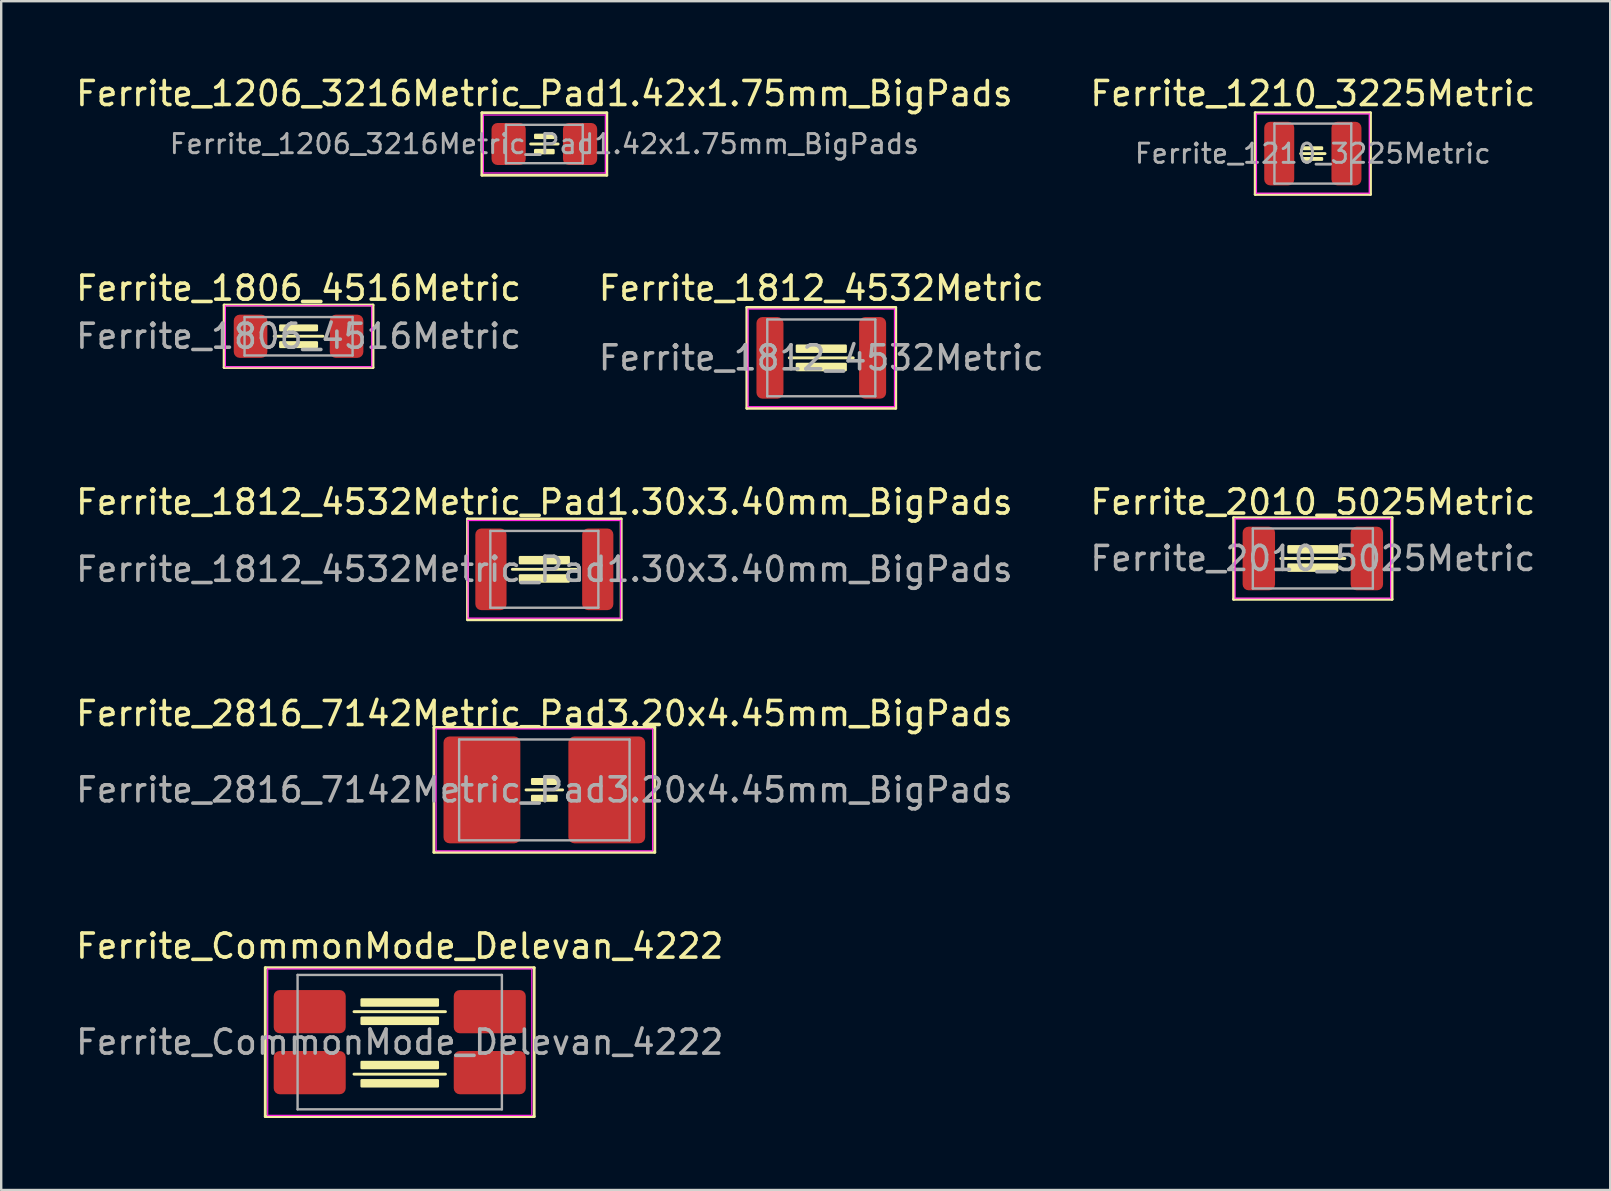
<source format=kicad_pcb>
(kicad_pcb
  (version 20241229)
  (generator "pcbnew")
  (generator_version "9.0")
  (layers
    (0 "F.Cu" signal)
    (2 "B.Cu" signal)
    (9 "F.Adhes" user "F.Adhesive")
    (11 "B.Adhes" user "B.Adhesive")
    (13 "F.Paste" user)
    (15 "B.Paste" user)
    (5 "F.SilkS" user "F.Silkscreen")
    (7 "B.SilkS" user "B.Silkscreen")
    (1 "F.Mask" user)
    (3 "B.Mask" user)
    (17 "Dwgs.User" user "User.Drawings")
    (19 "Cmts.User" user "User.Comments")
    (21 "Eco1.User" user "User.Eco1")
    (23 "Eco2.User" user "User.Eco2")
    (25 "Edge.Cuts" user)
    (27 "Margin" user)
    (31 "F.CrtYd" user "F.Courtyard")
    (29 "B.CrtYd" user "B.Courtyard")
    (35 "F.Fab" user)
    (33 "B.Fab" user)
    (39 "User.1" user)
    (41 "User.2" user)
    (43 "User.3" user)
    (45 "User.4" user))
  (footprint "Ferrite_1210_3225Metric"
    (layer "F.Cu")
    (at 51.637 3.348)
    (property "Reference" "Ferrite_1210_3225Metric" (at 0 -2.5 0) (layer "F.SilkS") (effects (font (size 1 1) (thickness 0.15))))
    (attr smd)
    (fp_line (start -2.4 -1.7) (end -2.4 1.7) (stroke (width 0.12) (type solid)) (layer "F.SilkS"))
    (fp_line (start -2.4 1.7) (end 2.4 1.7) (stroke (width 0.12) (type solid)) (layer "F.SilkS"))
    (fp_line (start -0.508 0) (end 0.508 0) (stroke (width 0.12) (type solid)) (layer "F.SilkS"))
    (fp_line (start 2.4 -1.7) (end -2.4 -1.7) (stroke (width 0.12) (type solid)) (layer "F.SilkS"))
    (fp_line (start 2.4 1.7) (end 2.4 -1.7) (stroke (width 0.12) (type solid)) (layer "F.SilkS"))
    (fp_poly (pts (xy 0.381 -0.191) (xy -0.381 -0.191) (xy -0.381 -0.254) (xy 0.381 -0.254)) (stroke (width 0.1) (type solid)) (fill yes) (layer "F.SilkS"))
    (fp_poly (pts (xy 0.381 0.254) (xy -0.381 0.254) (xy -0.381 0.191) (xy 0.381 0.191)) (stroke (width 0.1) (type solid)) (fill yes) (layer "F.SilkS"))
    (fp_line (start -2.349 -1.651) (end 2.349 -1.651) (stroke (width 0.05) (type solid)) (layer "F.CrtYd"))
    (fp_line (start -2.349 1.651) (end -2.349 -1.651) (stroke (width 0.05) (type solid)) (layer "F.CrtYd"))
    (fp_line (start 2.349 -1.651) (end 2.349 1.651) (stroke (width 0.05) (type solid)) (layer "F.CrtYd"))
    (fp_line (start 2.349 1.651) (end -2.349 1.651) (stroke (width 0.05) (type solid)) (layer "F.CrtYd"))
    (fp_line (start -1.6 -1.25) (end 1.6 -1.25) (stroke (width 0.1) (type solid)) (layer "F.Fab"))
    (fp_line (start -1.6 1.25) (end -1.6 -1.25) (stroke (width 0.1) (type solid)) (layer "F.Fab"))
    (fp_line (start 1.6 -1.25) (end 1.6 1.25) (stroke (width 0.1) (type solid)) (layer "F.Fab"))
    (fp_line (start 1.6 1.25) (end -1.6 1.25) (stroke (width 0.1) (type solid)) (layer "F.Fab"))
    (fp_text user "${REFERENCE}" (at 0 0 0) (layer "F.Fab") (effects (font (size 0.8 0.8) (thickness 0.12))))
    (pad "1" smd roundrect (at -1.4 0) (size 1.25 2.65) (layers "F.Cu" "F.Mask" "F.Paste") (roundrect_rratio 0.2))
    (pad "2" smd roundrect (at 1.4 0) (size 1.25 2.65) (layers "F.Cu" "F.Mask" "F.Paste") (roundrect_rratio 0.2)))
  (footprint "Ferrite_1806_4516Metric"
    (layer "F.Cu")
    (at 9.387 10.957)
    (property "Reference" "Ferrite_1806_4516Metric" (at 0 -2 0) (layer "F.SilkS") (effects (font (size 1 1) (thickness 0.15))))
    (attr smd)
    (fp_line (start -3.1 -1.3) (end -3.1 1.3) (stroke (width 0.12) (type solid)) (layer "F.SilkS"))
    (fp_line (start -3.1 1.3) (end 3.1 1.3) (stroke (width 0.12) (type solid)) (layer "F.SilkS"))
    (fp_line (start -1.016 0) (end 1.016 0) (stroke (width 0.12) (type solid)) (layer "F.SilkS"))
    (fp_line (start 3.1 -1.3) (end -3.1 -1.3) (stroke (width 0.12) (type solid)) (layer "F.SilkS"))
    (fp_line (start 3.1 1.3) (end 3.1 -1.3) (stroke (width 0.12) (type solid)) (layer "F.SilkS"))
    (fp_poly (pts (xy 0.762 -0.254) (xy -0.762 -0.254) (xy -0.762 -0.445) (xy 0.762 -0.445)) (stroke (width 0.1) (type solid)) (fill yes) (layer "F.SilkS"))
    (fp_poly (pts (xy 0.762 0.445) (xy -0.762 0.445) (xy -0.762 0.254) (xy 0.762 0.254)) (stroke (width 0.1) (type solid)) (fill yes) (layer "F.SilkS"))
    (fp_line (start -3.048 -1.27) (end 3.048 -1.27) (stroke (width 0.05) (type solid)) (layer "F.CrtYd"))
    (fp_line (start -3.048 1.27) (end -3.048 -1.27) (stroke (width 0.05) (type solid)) (layer "F.CrtYd"))
    (fp_line (start 3.048 -1.27) (end 3.048 1.27) (stroke (width 0.05) (type solid)) (layer "F.CrtYd"))
    (fp_line (start 3.048 1.27) (end -3.048 1.27) (stroke (width 0.05) (type solid)) (layer "F.CrtYd"))
    (fp_line (start -2.25 -0.8) (end 2.25 -0.8) (stroke (width 0.1) (type solid)) (layer "F.Fab"))
    (fp_line (start -2.25 0.8) (end -2.25 -0.8) (stroke (width 0.1) (type solid)) (layer "F.Fab"))
    (fp_line (start 2.25 -0.8) (end 2.25 0.8) (stroke (width 0.1) (type solid)) (layer "F.Fab"))
    (fp_line (start 2.25 0.8) (end -2.25 0.8) (stroke (width 0.1) (type solid)) (layer "F.Fab"))
    (fp_text user "${REFERENCE}" (at 0 0 0) (layer "F.Fab") (effects (font (size 1 1) (thickness 0.15))))
    (pad "1" smd roundrect (at -2 0) (size 1.4 1.8) (layers "F.Cu" "F.Mask" "F.Paste") (roundrect_rratio 0.179))
    (pad "2" smd roundrect (at 2 0) (size 1.4 1.8) (layers "F.Cu" "F.Mask" "F.Paste") (roundrect_rratio 0.179)))
  (footprint "Ferrite_1812_4532Metric_Pad1.30x3.40mm_BigPads"
    (layer "F.Cu")
    (at 19.625 20.665)
    (property "Reference" "Ferrite_1812_4532Metric_Pad1.30x3.40mm_BigPads" (at 0 -2.8 0) (layer "F.SilkS") (effects (font (size 1 1) (thickness 0.15))))
    (attr smd)
    (fp_line (start -3.2 -2.1) (end -3.2 2.1) (stroke (width 0.12) (type solid)) (layer "F.SilkS"))
    (fp_line (start -3.2 2.1) (end 3.2 2.1) (stroke (width 0.12) (type solid)) (layer "F.SilkS"))
    (fp_line (start -1.333 0) (end 1.333 0) (stroke (width 0.12) (type solid)) (layer "F.SilkS"))
    (fp_line (start 3.2 -2.1) (end -3.2 -2.1) (stroke (width 0.12) (type solid)) (layer "F.SilkS"))
    (fp_line (start 3.2 2.1) (end 3.2 -2.1) (stroke (width 0.12) (type solid)) (layer "F.SilkS"))
    (fp_poly (pts (xy 1.016 -0.254) (xy -1.016 -0.254) (xy -1.016 -0.508) (xy 1.016 -0.508)) (stroke (width 0.1) (type solid)) (fill yes) (layer "F.SilkS"))
    (fp_poly (pts (xy 1.016 0.508) (xy -1.016 0.508) (xy -1.016 0.254) (xy 1.016 0.254)) (stroke (width 0.1) (type solid)) (fill yes) (layer "F.SilkS"))
    (fp_line (start -3.175 -2.032) (end 3.175 -2.032) (stroke (width 0.05) (type solid)) (layer "F.CrtYd"))
    (fp_line (start -3.175 2.032) (end -3.175 -2.032) (stroke (width 0.05) (type solid)) (layer "F.CrtYd"))
    (fp_line (start 3.175 -2.032) (end 3.175 2.032) (stroke (width 0.05) (type solid)) (layer "F.CrtYd"))
    (fp_line (start 3.175 2.032) (end -3.175 2.032) (stroke (width 0.05) (type solid)) (layer "F.CrtYd"))
    (fp_line (start -2.25 -1.6) (end 2.25 -1.6) (stroke (width 0.1) (type solid)) (layer "F.Fab"))
    (fp_line (start -2.25 1.6) (end -2.25 -1.6) (stroke (width 0.1) (type solid)) (layer "F.Fab"))
    (fp_line (start 2.25 -1.6) (end 2.25 1.6) (stroke (width 0.1) (type solid)) (layer "F.Fab"))
    (fp_line (start 2.25 1.6) (end -2.25 1.6) (stroke (width 0.1) (type solid)) (layer "F.Fab"))
    (fp_text user "${REFERENCE}" (at 0 0 0) (layer "F.Fab") (effects (font (size 1 1) (thickness 0.15))))
    (pad "1" smd roundrect (at -2.225 0) (size 1.3 3.4) (layers "F.Cu" "F.Mask" "F.Paste") (roundrect_rratio 0.192))
    (pad "2" smd roundrect (at 2.225 0) (size 1.3 3.4) (layers "F.Cu" "F.Mask" "F.Paste") (roundrect_rratio 0.192)))
  (footprint "Ferrite_2816_7142Metric_Pad3.20x4.45mm_BigPads"
    (layer "F.Cu")
    (at 19.625 29.853)
    (property "Reference" "Ferrite_2816_7142Metric_Pad3.20x4.45mm_BigPads" (at 0 -3.18 0) (layer "F.SilkS") (effects (font (size 1 1) (thickness 0.15))))
    (attr smd)
    (fp_line (start -4.6 -2.6) (end -4.6 2.6) (stroke (width 0.12) (type solid)) (layer "F.SilkS"))
    (fp_line (start -4.6 2.6) (end 4.6 2.6) (stroke (width 0.12) (type solid)) (layer "F.SilkS"))
    (fp_line (start -0.762 0) (end 0.762 0) (stroke (width 0.12) (type solid)) (layer "F.SilkS"))
    (fp_line (start 4.6 -2.6) (end -4.6 -2.6) (stroke (width 0.12) (type solid)) (layer "F.SilkS"))
    (fp_line (start 4.6 2.6) (end 4.6 -2.6) (stroke (width 0.12) (type solid)) (layer "F.SilkS"))
    (fp_poly (pts (xy 0.508 -0.254) (xy -0.508 -0.254) (xy -0.508 -0.445) (xy 0.508 -0.445)) (stroke (width 0.1) (type solid)) (fill yes) (layer "F.SilkS"))
    (fp_poly (pts (xy 0.508 0.445) (xy -0.508 0.445) (xy -0.508 0.254) (xy 0.508 0.254)) (stroke (width 0.1) (type solid)) (fill yes) (layer "F.SilkS"))
    (fp_line (start -4.508 -2.54) (end 4.508 -2.54) (stroke (width 0.05) (type solid)) (layer "F.CrtYd"))
    (fp_line (start -4.508 2.54) (end -4.508 -2.54) (stroke (width 0.05) (type solid)) (layer "F.CrtYd"))
    (fp_line (start 4.508 -2.54) (end 4.508 2.54) (stroke (width 0.05) (type solid)) (layer "F.CrtYd"))
    (fp_line (start 4.508 2.54) (end -4.508 2.54) (stroke (width 0.05) (type solid)) (layer "F.CrtYd"))
    (fp_line (start -3.55 -2.1) (end 3.55 -2.1) (stroke (width 0.1) (type solid)) (layer "F.Fab"))
    (fp_line (start -3.55 2.1) (end -3.55 -2.1) (stroke (width 0.1) (type solid)) (layer "F.Fab"))
    (fp_line (start 3.55 -2.1) (end 3.55 2.1) (stroke (width 0.1) (type solid)) (layer "F.Fab"))
    (fp_line (start 3.55 2.1) (end -3.55 2.1) (stroke (width 0.1) (type solid)) (layer "F.Fab"))
    (fp_text user "${REFERENCE}" (at 0 0 0) (layer "F.Fab") (effects (font (size 1 1) (thickness 0.15))))
    (pad "1" smd roundrect (at -2.6 0) (size 3.2 4.45) (layers "F.Cu" "F.Mask" "F.Paste") (roundrect_rratio 0.078))
    (pad "2" smd roundrect (at 2.6 0) (size 3.2 4.45) (layers "F.Cu" "F.Mask" "F.Paste") (roundrect_rratio 0.078)))
  (footprint "Ferrite_2010_5025Metric"
    (layer "F.Cu")
    (at 51.637 20.214)
    (property "Reference" "Ferrite_2010_5025Metric" (at 0 -2.349 0) (layer "F.SilkS") (effects (font (size 1 1) (thickness 0.15))))
    (attr smd)
    (fp_line (start -3.3 -1.7) (end -3.3 1.7) (stroke (width 0.12) (type solid)) (layer "F.SilkS"))
    (fp_line (start -3.3 1.7) (end 3.3 1.7) (stroke (width 0.12) (type solid)) (layer "F.SilkS"))
    (fp_line (start -1.333 0) (end 1.333 0) (stroke (width 0.12) (type solid)) (layer "F.SilkS"))
    (fp_line (start 3.3 -1.7) (end -3.3 -1.7) (stroke (width 0.12) (type solid)) (layer "F.SilkS"))
    (fp_line (start 3.3 1.7) (end 3.3 -1.7) (stroke (width 0.12) (type solid)) (layer "F.SilkS"))
    (fp_poly (pts (xy 1.016 -0.254) (xy -1.016 -0.254) (xy -1.016 -0.508) (xy 1.016 -0.508)) (stroke (width 0.1) (type solid)) (fill yes) (layer "F.SilkS"))
    (fp_poly (pts (xy 1.016 0.508) (xy -1.016 0.508) (xy -1.016 0.254) (xy 1.016 0.254)) (stroke (width 0.1) (type solid)) (fill yes) (layer "F.SilkS"))
    (fp_line (start -3.239 -1.651) (end 3.239 -1.651) (stroke (width 0.05) (type solid)) (layer "F.CrtYd"))
    (fp_line (start -3.239 1.651) (end -3.239 -1.651) (stroke (width 0.05) (type solid)) (layer "F.CrtYd"))
    (fp_line (start 3.239 -1.651) (end 3.239 1.651) (stroke (width 0.05) (type solid)) (layer "F.CrtYd"))
    (fp_line (start 3.239 1.651) (end -3.239 1.651) (stroke (width 0.05) (type solid)) (layer "F.CrtYd"))
    (fp_line (start -2.5 -1.25) (end 2.5 -1.25) (stroke (width 0.1) (type solid)) (layer "F.Fab"))
    (fp_line (start -2.5 1.25) (end -2.5 -1.25) (stroke (width 0.1) (type solid)) (layer "F.Fab"))
    (fp_line (start 2.5 -1.25) (end 2.5 1.25) (stroke (width 0.1) (type solid)) (layer "F.Fab"))
    (fp_line (start 2.5 1.25) (end -2.5 1.25) (stroke (width 0.1) (type solid)) (layer "F.Fab"))
    (fp_text user "${REFERENCE}" (at 0 0 0) (layer "F.Fab") (effects (font (size 1 1) (thickness 0.15))))
    (pad "1" smd roundrect (at -2.25 0) (size 1.35 2.65) (layers "F.Cu" "F.Mask" "F.Paste") (roundrect_rratio 0.185))
    (pad "2" smd roundrect (at 2.25 0) (size 1.35 2.65) (layers "F.Cu" "F.Mask" "F.Paste") (roundrect_rratio 0.185)))
  (footprint "Ferrite_1812_4532Metric"
    (layer "F.Cu")
    (at 31.161 11.857)
    (property "Reference" "Ferrite_1812_4532Metric" (at 0 -2.9 0) (layer "F.SilkS") (effects (font (size 1 1) (thickness 0.15))))
    (attr smd)
    (fp_line (start -3.1 -2.1) (end -3.1 2.1) (stroke (width 0.12) (type solid)) (layer "F.SilkS"))
    (fp_line (start -3.1 2.1) (end 3.1 2.1) (stroke (width 0.12) (type solid)) (layer "F.SilkS"))
    (fp_line (start -1.333 0) (end 1.333 0) (stroke (width 0.12) (type solid)) (layer "F.SilkS"))
    (fp_line (start 3.1 -2.1) (end -3.1 -2.1) (stroke (width 0.12) (type solid)) (layer "F.SilkS"))
    (fp_line (start 3.1 2.1) (end 3.1 -2.1) (stroke (width 0.12) (type solid)) (layer "F.SilkS"))
    (fp_poly (pts (xy 1.016 -0.254) (xy -1.016 -0.254) (xy -1.016 -0.508) (xy 1.016 -0.508)) (stroke (width 0.1) (type solid)) (fill yes) (layer "F.SilkS"))
    (fp_poly (pts (xy 1.016 0.508) (xy -1.016 0.508) (xy -1.016 0.254) (xy 1.016 0.254)) (stroke (width 0.1) (type solid)) (fill yes) (layer "F.SilkS"))
    (fp_line (start -3.048 -2.032) (end 3.048 -2.032) (stroke (width 0.05) (type solid)) (layer "F.CrtYd"))
    (fp_line (start -3.048 2.032) (end -3.048 -2.032) (stroke (width 0.05) (type solid)) (layer "F.CrtYd"))
    (fp_line (start 3.048 -2.032) (end 3.048 2.032) (stroke (width 0.05) (type solid)) (layer "F.CrtYd"))
    (fp_line (start 3.048 2.032) (end -3.048 2.032) (stroke (width 0.05) (type solid)) (layer "F.CrtYd"))
    (fp_line (start -2.25 -1.6) (end 2.25 -1.6) (stroke (width 0.1) (type solid)) (layer "F.Fab"))
    (fp_line (start -2.25 1.6) (end -2.25 -1.6) (stroke (width 0.1) (type solid)) (layer "F.Fab"))
    (fp_line (start 2.25 -1.6) (end 2.25 1.6) (stroke (width 0.1) (type solid)) (layer "F.Fab"))
    (fp_line (start 2.25 1.6) (end -2.25 1.6) (stroke (width 0.1) (type solid)) (layer "F.Fab"))
    (fp_text user "${REFERENCE}" (at 0 0 0) (layer "F.Fab") (effects (font (size 1 1) (thickness 0.15))))
    (pad "1" smd roundrect (at -2.138 0) (size 1.125 3.4) (layers "F.Cu" "F.Mask" "F.Paste") (roundrect_rratio 0.222))
    (pad "2" smd roundrect (at 2.138 0) (size 1.125 3.4) (layers "F.Cu" "F.Mask" "F.Paste") (roundrect_rratio 0.222)))
  (footprint "Ferrite_1206_3216Metric_Pad1.42x1.75mm_BigPads"
    (layer "F.Cu")
    (at 19.625 2.948)
    (property "Reference" "Ferrite_1206_3216Metric_Pad1.42x1.75mm_BigPads" (at 0 -2.1 0) (layer "F.SilkS") (effects (font (size 1 1) (thickness 0.15))))
    (attr smd)
    (fp_line (start -2.6 -1.3) (end -2.6 1.3) (stroke (width 0.12) (type solid)) (layer "F.SilkS"))
    (fp_line (start -2.6 1.3) (end 2.6 1.3) (stroke (width 0.12) (type solid)) (layer "F.SilkS"))
    (fp_line (start -0.572 0) (end 0.572 0) (stroke (width 0.12) (type solid)) (layer "F.SilkS"))
    (fp_line (start 2.6 -1.3) (end -2.6 -1.3) (stroke (width 0.12) (type solid)) (layer "F.SilkS"))
    (fp_line (start 2.6 1.3) (end 2.6 -1.3) (stroke (width 0.12) (type solid)) (layer "F.SilkS"))
    (fp_poly (pts (xy 0.381 -0.254) (xy -0.381 -0.254) (xy -0.381 -0.381) (xy 0.381 -0.381)) (stroke (width 0.1) (type solid)) (fill yes) (layer "F.SilkS"))
    (fp_poly (pts (xy 0.381 0.381) (xy -0.381 0.381) (xy -0.381 0.254) (xy 0.381 0.254)) (stroke (width 0.1) (type solid)) (fill yes) (layer "F.SilkS"))
    (fp_line (start -2.54 -1.206) (end 2.54 -1.206) (stroke (width 0.05) (type solid)) (layer "F.CrtYd"))
    (fp_line (start -2.54 1.206) (end -2.54 -1.206) (stroke (width 0.05) (type solid)) (layer "F.CrtYd"))
    (fp_line (start 2.54 -1.206) (end 2.54 1.206) (stroke (width 0.05) (type solid)) (layer "F.CrtYd"))
    (fp_line (start 2.54 1.206) (end -2.54 1.206) (stroke (width 0.05) (type solid)) (layer "F.CrtYd"))
    (fp_line (start -1.6 -0.8) (end 1.6 -0.8) (stroke (width 0.1) (type solid)) (layer "F.Fab"))
    (fp_line (start -1.6 0.8) (end -1.6 -0.8) (stroke (width 0.1) (type solid)) (layer "F.Fab"))
    (fp_line (start 1.6 -0.8) (end 1.6 0.8) (stroke (width 0.1) (type solid)) (layer "F.Fab"))
    (fp_line (start 1.6 0.8) (end -1.6 0.8) (stroke (width 0.1) (type solid)) (layer "F.Fab"))
    (fp_text user "${REFERENCE}" (at 0 0 0) (layer "F.Fab") (effects (font (size 0.8 0.8) (thickness 0.12))))
    (pad "1" smd roundrect (at -1.488 0) (size 1.425 1.75) (layers "F.Cu" "F.Mask" "F.Paste") (roundrect_rratio 0.175))
    (pad "2" smd roundrect (at 1.488 0) (size 1.425 1.75) (layers "F.Cu" "F.Mask" "F.Paste") (roundrect_rratio 0.175)))
  (footprint "Ferrite_CommonMode_Delevan_4222"
    (layer "F.Cu")
    (at 13.601 40.361)
    (property "Reference" "Ferrite_CommonMode_Delevan_4222" (at 0 -4 0) (layer "F.SilkS") (effects (font (size 1 1) (thickness 0.15))))
    (attr smd)
    (fp_line (start -5.6 -3.1) (end -5.6 3.1) (stroke (width 0.12) (type solid)) (layer "F.SilkS"))
    (fp_line (start -5.6 3.1) (end 5.6 3.1) (stroke (width 0.12) (type solid)) (layer "F.SilkS"))
    (fp_line (start -1.905 -1.27) (end 1.905 -1.27) (stroke (width 0.12) (type solid)) (layer "F.SilkS"))
    (fp_line (start -1.905 1.333) (end 1.905 1.333) (stroke (width 0.12) (type solid)) (layer "F.SilkS"))
    (fp_line (start 5.6 -3.1) (end -5.6 -3.1) (stroke (width 0.12) (type solid)) (layer "F.SilkS"))
    (fp_line (start 5.6 3.1) (end 5.6 -3.1) (stroke (width 0.12) (type solid)) (layer "F.SilkS"))
    (fp_poly (pts (xy 1.587 -1.778) (xy 1.587 -1.524) (xy -1.587 -1.524) (xy -1.587 -1.778)) (stroke (width 0.1) (type solid)) (fill yes) (layer "F.SilkS"))
    (fp_poly (pts (xy 1.587 -1.016) (xy 1.587 -0.762) (xy -1.587 -0.762) (xy -1.587 -1.016)) (stroke (width 0.1) (type solid)) (fill yes) (layer "F.SilkS"))
    (fp_poly (pts (xy 1.587 0.826) (xy 1.587 1.079) (xy -1.587 1.079) (xy -1.587 0.826)) (stroke (width 0.1) (type solid)) (fill yes) (layer "F.SilkS"))
    (fp_poly (pts (xy 1.587 1.587) (xy 1.587 1.841) (xy -1.587 1.841) (xy -1.587 1.587)) (stroke (width 0.1) (type solid)) (fill yes) (layer "F.SilkS"))
    (fp_line (start -5.5 -3.05) (end 5.5 -3.05) (stroke (width 0.05) (type solid)) (layer "F.CrtYd"))
    (fp_line (start -5.5 3.05) (end -5.5 -3.05) (stroke (width 0.05) (type solid)) (layer "F.CrtYd"))
    (fp_line (start 5.5 -3.05) (end 5.5 3.05) (stroke (width 0.05) (type solid)) (layer "F.CrtYd"))
    (fp_line (start 5.5 3.05) (end -5.5 3.05) (stroke (width 0.05) (type solid)) (layer "F.CrtYd"))
    (fp_line (start -4.255 -2.8) (end -4.255 2.8) (stroke (width 0.1) (type solid)) (layer "F.Fab"))
    (fp_line (start -4.255 -2.8) (end 4.255 -2.8) (stroke (width 0.1) (type solid)) (layer "F.Fab"))
    (fp_line (start 4.255 -2.8) (end 4.255 2.8) (stroke (width 0.1) (type solid)) (layer "F.Fab"))
    (fp_line (start 4.255 2.8) (end -4.255 2.8) (stroke (width 0.1) (type solid)) (layer "F.Fab"))
    (fp_text user "${REFERENCE}" (at 0 0 0) (layer "F.Fab") (effects (font (size 1 1) (thickness 0.15))))
    (pad "1" smd roundrect (at -3.75 -1.27) (size 3 1.8) (layers "F.Cu" "F.Mask" "F.Paste") (roundrect_rratio 0.139))
    (pad "2" smd roundrect (at -3.75 1.27) (size 3 1.8) (layers "F.Cu" "F.Mask" "F.Paste") (roundrect_rratio 0.139))
    (pad "3" smd roundrect (at 3.75 1.27) (size 3 1.8) (layers "F.Cu" "F.Mask" "F.Paste") (roundrect_rratio 0.139))
    (pad "4" smd roundrect (at 3.75 -1.27) (size 3 1.8) (layers "F.Cu" "F.Mask" "F.Paste") (roundrect_rratio 0.139)))
  (gr_rect
    (start -3 -3)
    (end 64.024 46.521)
    (stroke (width 0.1) (type default))
    (fill no)
    (layer "Edge.Cuts")))
</source>
